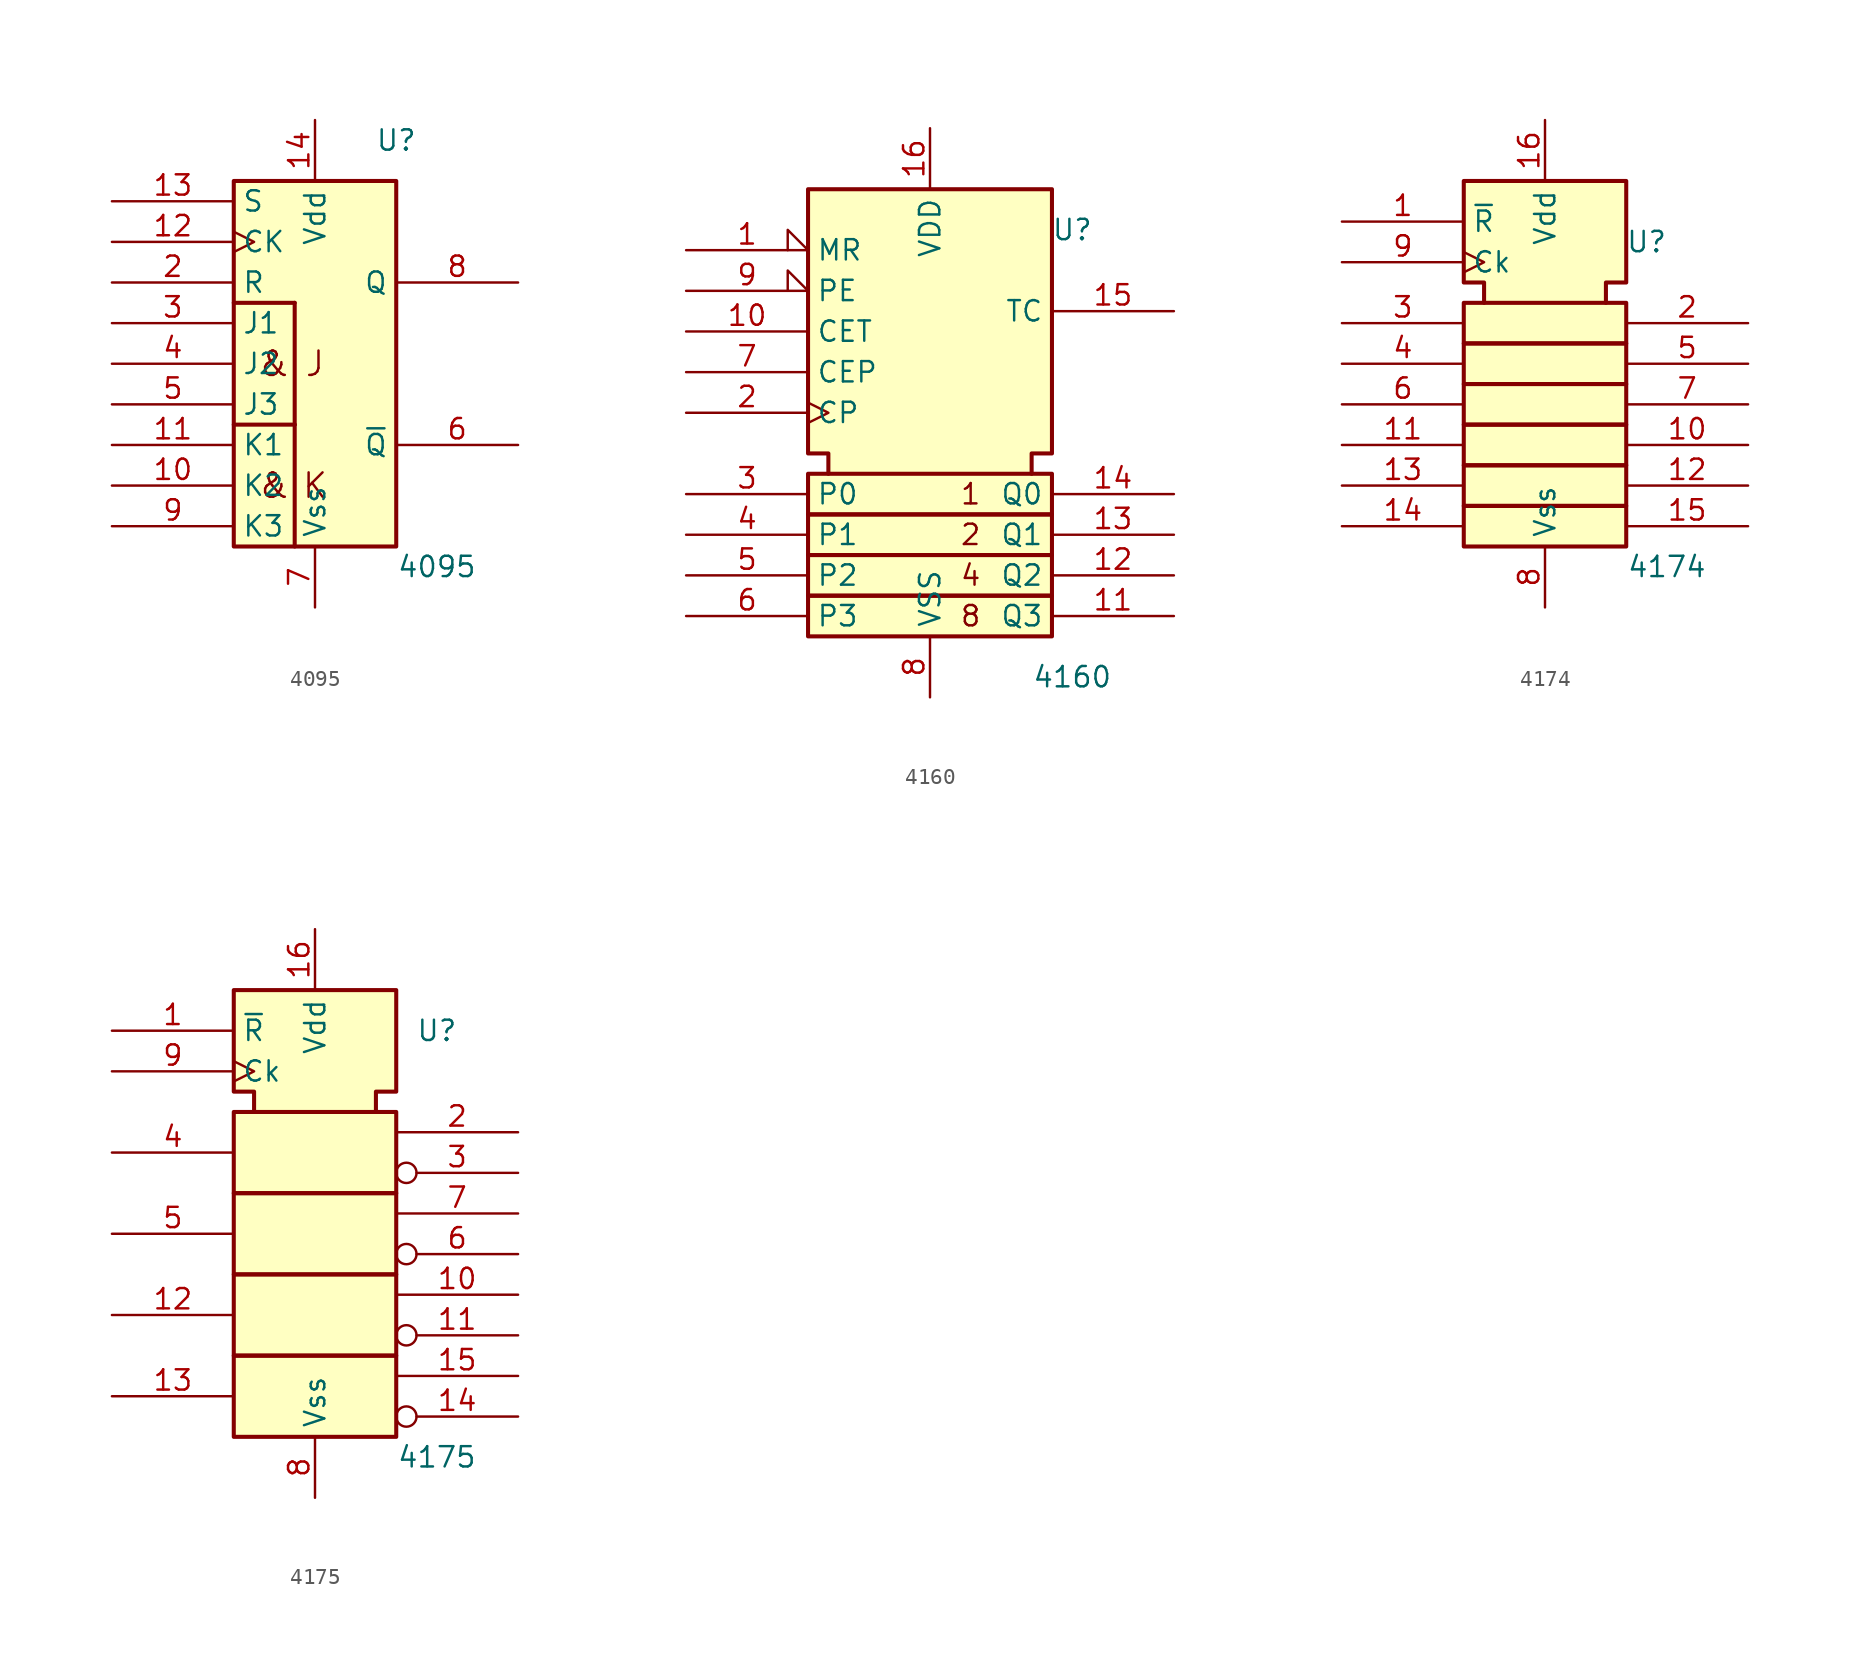
<source format=kicad_sym>
(kicad_symbol_lib
  (version 20220914)
  (generator kicad_symbol_editor)
  (symbol "4095"
    (property "Reference" "U"
      (at 5.08 13.97 0)
      (effects (font (size 1.27 1.27))))
    (property "Value" "4095"
      (at 7.62 -12.7 0)
      (effects (font (size 1.27 1.27))))
    (symbol "4095_0_0"
      (text "&" (at -2.54 -7.62 0) (effects (font (size 1.524 1.524))))
      (text "&" (at -2.54 0 0) (effects (font (size 1.524 1.524))))
      (text "J" (at 0 0 0) (effects (font (size 1.524 1.524))))
      (text "K" (at 0 -7.62 0) (effects (font (size 1.524 1.524)))))
    (symbol "4095_0_1"
      (rectangle (start -5.08 -3.81) (end -1.27 -3.81) (stroke (width 0.254) (type default)) (fill (type background)))
      (rectangle (start -5.08 3.81) (end -1.27 3.81) (stroke (width 0.254) (type default)) (fill (type background)))
      (rectangle (start -5.08 11.43) (end 5.08 -11.43) (stroke (width 0.254) (type default)) (fill (type background)))
      (rectangle (start -1.27 -3.81) (end -1.27 -11.43) (stroke (width 0.254) (type default)) (fill (type background)))
      (rectangle (start -1.27 -3.81) (end -1.27 3.81) (stroke (width 0.254) (type default)) (fill (type background))))
    (symbol "4095_1_1"
      (pin input line (at -12.7 -7.62 0) (length 7.62) (name "K2" (effects (font (size 1.27 1.27)))) (number "10" (effects (font (size 1.27 1.27)))))
      (pin input line (at -12.7 -5.08 0) (length 7.62) (name "K1" (effects (font (size 1.27 1.27)))) (number "11" (effects (font (size 1.27 1.27)))))
      (pin input clock (at -12.7 7.62 0) (length 7.62) (name "CK" (effects (font (size 1.27 1.27)))) (number "12" (effects (font (size 1.27 1.27)))))
      (pin input line (at -12.7 10.16 0) (length 7.62) (name "S" (effects (font (size 1.27 1.27)))) (number "13" (effects (font (size 1.27 1.27)))))
      (pin power_in line (at 0 15.24 270) (length 3.81) (name "Vdd" (effects (font (size 1.27 1.27)))) (number "14" (effects (font (size 1.27 1.27)))))
      (pin input line (at -12.7 5.08 0) (length 7.62) (name "R" (effects (font (size 1.27 1.27)))) (number "2" (effects (font (size 1.27 1.27)))))
      (pin input line (at -12.7 2.54 0) (length 7.62) (name "J1" (effects (font (size 1.27 1.27)))) (number "3" (effects (font (size 1.27 1.27)))))
      (pin input line (at -12.7 0 0) (length 7.62) (name "J2" (effects (font (size 1.27 1.27)))) (number "4" (effects (font (size 1.27 1.27)))))
      (pin input line (at -12.7 -2.54 0) (length 7.62) (name "J3" (effects (font (size 1.27 1.27)))) (number "5" (effects (font (size 1.27 1.27)))))
      (pin output line (at 12.7 -5.08 180) (length 7.62) (name "~{Q}" (effects (font (size 1.27 1.27)))) (number "6" (effects (font (size 1.27 1.27)))))
      (pin power_in line (at 0 -15.24 90) (length 3.81) (name "Vss" (effects (font (size 1.27 1.27)))) (number "7" (effects (font (size 1.27 1.27)))))
      (pin output line (at 12.7 5.08 180) (length 7.62) (name "Q" (effects (font (size 1.27 1.27)))) (number "8" (effects (font (size 1.27 1.27)))))
      (pin input line (at -12.7 -10.16 0) (length 7.62) (name "K3" (effects (font (size 1.27 1.27)))) (number "9" (effects (font (size 1.27 1.27)))))))
  (symbol "4160"
    (property "Reference" "U"
      (at 8.89 8.89 0)
      (effects (font (size 1.27 1.27))))
    (property "Value" "4160"
      (at 8.89 -19.05 0)
      (effects (font (size 1.27 1.27))))
    (symbol "4160_0_0"
      (rectangle (start -7.62 -13.97) (end 7.62 -16.51) (stroke (width 0.254) (type default)) (fill (type background)))
      (rectangle (start -7.62 -11.43) (end 7.62 -13.97) (stroke (width 0.254) (type default)) (fill (type background)))
      (rectangle (start -7.62 -8.89) (end 7.62 -11.43) (stroke (width 0.254) (type default)) (fill (type background)))
      (rectangle (start -7.62 -6.35) (end 7.62 -8.89) (stroke (width 0.254) (type default)) (fill (type background)))
      (polyline (pts (xy -6.35 -6.35) (xy -6.35 -5.08) (xy -7.62 -5.08) (xy -7.62 11.43) (xy 7.62 11.43) (xy 7.62 -5.08) (xy 6.35 -5.08) (xy 6.35 -6.35) (xy 6.35 -6.35)) (stroke (width 0.254) (type default)) (fill (type background)))
      (text "1" (at 2.54 -7.62 0) (effects (font (size 1.27 1.27))))
      (text "2" (at 2.54 -10.16 0) (effects (font (size 1.27 1.27))))
      (text "4" (at 2.54 -12.7 0) (effects (font (size 1.27 1.27))))
      (text "8" (at 2.54 -15.24 0) (effects (font (size 1.27 1.27)))))
    (symbol "4160_1_1"
      (pin input input_low (at -15.24 7.62 0) (length 7.62) (name "MR" (effects (font (size 1.27 1.27)))) (number "1" (effects (font (size 1.27 1.27)))))
      (pin input line (at -15.24 2.54 0) (length 7.62) (name "CET" (effects (font (size 1.27 1.27)))) (number "10" (effects (font (size 1.27 1.27)))))
      (pin output line (at 15.24 -15.24 180) (length 7.62) (name "Q3" (effects (font (size 1.27 1.27)))) (number "11" (effects (font (size 1.27 1.27)))))
      (pin output line (at 15.24 -12.7 180) (length 7.62) (name "Q2" (effects (font (size 1.27 1.27)))) (number "12" (effects (font (size 1.27 1.27)))))
      (pin output line (at 15.24 -10.16 180) (length 7.62) (name "Q1" (effects (font (size 1.27 1.27)))) (number "13" (effects (font (size 1.27 1.27)))))
      (pin output line (at 15.24 -7.62 180) (length 7.62) (name "Q0" (effects (font (size 1.27 1.27)))) (number "14" (effects (font (size 1.27 1.27)))))
      (pin output line (at 15.24 3.81 180) (length 7.62) (name "TC" (effects (font (size 1.27 1.27)))) (number "15" (effects (font (size 1.27 1.27)))))
      (pin power_in line (at 0 15.24 270) (length 3.81) (name "VDD" (effects (font (size 1.27 1.27)))) (number "16" (effects (font (size 1.27 1.27)))))
      (pin input clock (at -15.24 -2.54 0) (length 7.62) (name "CP" (effects (font (size 1.27 1.27)))) (number "2" (effects (font (size 1.27 1.27)))))
      (pin input line (at -15.24 -7.62 0) (length 7.62) (name "P0" (effects (font (size 1.27 1.27)))) (number "3" (effects (font (size 1.27 1.27)))))
      (pin input line (at -15.24 -10.16 0) (length 7.62) (name "P1" (effects (font (size 1.27 1.27)))) (number "4" (effects (font (size 1.27 1.27)))))
      (pin input line (at -15.24 -12.7 0) (length 7.62) (name "P2" (effects (font (size 1.27 1.27)))) (number "5" (effects (font (size 1.27 1.27)))))
      (pin input line (at -15.24 -15.24 0) (length 7.62) (name "P3" (effects (font (size 1.27 1.27)))) (number "6" (effects (font (size 1.27 1.27)))))
      (pin input line (at -15.24 0 0) (length 7.62) (name "CEP" (effects (font (size 1.27 1.27)))) (number "7" (effects (font (size 1.27 1.27)))))
      (pin power_in line (at 0 -20.32 90) (length 3.81) (name "VSS" (effects (font (size 1.27 1.27)))) (number "8" (effects (font (size 1.27 1.27)))))
      (pin input input_low (at -15.24 5.08 0) (length 7.62) (name "PE" (effects (font (size 1.27 1.27)))) (number "9" (effects (font (size 1.27 1.27)))))))
  (symbol "4174"
    (property "Reference" "U"
      (at 6.35 8.89 0)
      (effects (font (size 1.27 1.27))))
    (property "Value" "4174"
      (at 7.62 -11.43 0)
      (effects (font (size 1.27 1.27))))
    (symbol "4174_0_0"
      (pin input line (at -12.7 10.16 0) (length 7.62) (name "~{R}" (effects (font (size 1.27 1.27)))) (number "1" (effects (font (size 1.27 1.27)))))
      (pin power_in line (at 0 16.51 270) (length 3.81) (name "Vdd" (effects (font (size 1.27 1.27)))) (number "16" (effects (font (size 1.27 1.27)))))
      (pin power_in line (at 0 -13.97 90) (length 3.81) (name "Vss" (effects (font (size 1.27 1.27)))) (number "8" (effects (font (size 1.27 1.27)))))
      (pin input clock (at -12.7 7.62 0) (length 7.62) (name "Ck" (effects (font (size 1.27 1.27)))) (number "9" (effects (font (size 1.27 1.27))))))
    (symbol "4174_0_1"
      (rectangle (start -5.08 -7.62) (end 5.08 -10.16) (stroke (width 0.254) (type default)) (fill (type background)))
      (rectangle (start -5.08 -5.08) (end 5.08 -7.62) (stroke (width 0.254) (type default)) (fill (type background)))
      (rectangle (start -5.08 -2.54) (end 5.08 -5.08) (stroke (width 0.254) (type default)) (fill (type background)))
      (rectangle (start -5.08 0) (end 5.08 -2.54) (stroke (width 0.254) (type default)) (fill (type background)))
      (rectangle (start -5.08 2.54) (end 5.08 0) (stroke (width 0.254) (type default)) (fill (type background)))
      (rectangle (start -5.08 5.08) (end 5.08 2.54) (stroke (width 0.254) (type default)) (fill (type background)))
      (polyline (pts (xy -3.81 5.08) (xy -3.81 6.35) (xy -5.08 6.35) (xy -5.08 12.7) (xy 5.08 12.7) (xy 5.08 6.35) (xy 3.81 6.35) (xy 3.81 5.08) (xy 3.81 5.08)) (stroke (width 0.254) (type default)) (fill (type background))))
    (symbol "4174_1_0"
      (pin output line (at 12.7 -3.81 180) (length 7.62) (name "~" (effects (font (size 1.27 1.27)))) (number "10" (effects (font (size 1.27 1.27)))))
      (pin input line (at -12.7 -3.81 0) (length 7.62) (name "~" (effects (font (size 1.27 1.27)))) (number "11" (effects (font (size 1.27 1.27)))))
      (pin output line (at 12.7 -6.35 180) (length 7.62) (name "~" (effects (font (size 1.27 1.27)))) (number "12" (effects (font (size 1.27 1.27)))))
      (pin input line (at -12.7 -6.35 0) (length 7.62) (name "~" (effects (font (size 1.27 1.27)))) (number "13" (effects (font (size 1.27 1.27)))))
      (pin input line (at -12.7 -8.89 0) (length 7.62) (name "~" (effects (font (size 1.27 1.27)))) (number "14" (effects (font (size 1.27 1.27)))))
      (pin output line (at 12.7 -8.89 180) (length 7.62) (name "~" (effects (font (size 1.27 1.27)))) (number "15" (effects (font (size 1.27 1.27)))))
      (pin output line (at 12.7 3.81 180) (length 7.62) (name "~" (effects (font (size 1.27 1.27)))) (number "2" (effects (font (size 1.27 1.27)))))
      (pin input line (at -12.7 3.81 0) (length 7.62) (name "~" (effects (font (size 1.27 1.27)))) (number "3" (effects (font (size 1.27 1.27)))))
      (pin input line (at -12.7 1.27 0) (length 7.62) (name "~" (effects (font (size 1.27 1.27)))) (number "4" (effects (font (size 1.27 1.27)))))
      (pin output line (at 12.7 1.27 180) (length 7.62) (name "~" (effects (font (size 1.27 1.27)))) (number "5" (effects (font (size 1.27 1.27)))))
      (pin input line (at -12.7 -1.27 0) (length 7.62) (name "~" (effects (font (size 1.27 1.27)))) (number "6" (effects (font (size 1.27 1.27)))))
      (pin output line (at 12.7 -1.27 180) (length 7.62) (name "~" (effects (font (size 1.27 1.27)))) (number "7" (effects (font (size 1.27 1.27)))))))
  (symbol "4175"
    (property "Reference" "U"
      (at 7.62 11.43 0)
      (effects (font (size 1.27 1.27))))
    (property "Value" "4175"
      (at 7.62 -15.24 0)
      (effects (font (size 1.27 1.27))))
    (symbol "4175_0_1"
      (rectangle (start -5.08 -8.89) (end 5.08 -13.97) (stroke (width 0.254) (type default)) (fill (type background)))
      (rectangle (start -5.08 1.27) (end 5.08 -3.81) (stroke (width 0.254) (type default)) (fill (type background)))
      (polyline (pts (xy -3.81 6.35) (xy -3.81 7.62) (xy -5.08 7.62) (xy -5.08 13.97) (xy 5.08 13.97) (xy 5.08 7.62) (xy 3.81 7.62) (xy 3.81 6.35) (xy 3.81 6.35)) (stroke (width 0.254) (type default)) (fill (type background)))
      (rectangle (start 5.08 -3.81) (end -5.08 -8.89) (stroke (width 0.254) (type default)) (fill (type background)))
      (rectangle (start 5.08 6.35) (end -5.08 1.27) (stroke (width 0.254) (type default)) (fill (type background))))
    (symbol "4175_1_0"
      (pin input line (at -12.7 11.43 0) (length 7.62) (name "~{R}" (effects (font (size 1.27 1.27)))) (number "1" (effects (font (size 1.27 1.27)))))
      (pin output line (at 12.7 -5.08 180) (length 7.62) (name "~" (effects (font (size 1.27 1.27)))) (number "10" (effects (font (size 1.27 1.27)))))
      (pin output inverted (at 12.7 -7.62 180) (length 7.62) (name "~" (effects (font (size 1.27 1.27)))) (number "11" (effects (font (size 1.27 1.27)))))
      (pin input line (at -12.7 -6.35 0) (length 7.62) (name "~" (effects (font (size 1.27 1.27)))) (number "12" (effects (font (size 1.27 1.27)))))
      (pin input line (at -12.7 -11.43 0) (length 7.62) (name "~" (effects (font (size 1.27 1.27)))) (number "13" (effects (font (size 1.27 1.27)))))
      (pin output inverted (at 12.7 -12.7 180) (length 7.62) (name "~" (effects (font (size 1.27 1.27)))) (number "14" (effects (font (size 1.27 1.27)))))
      (pin output line (at 12.7 -10.16 180) (length 7.62) (name "~" (effects (font (size 1.27 1.27)))) (number "15" (effects (font (size 1.27 1.27)))))
      (pin power_in line (at 0 17.78 270) (length 3.81) (name "Vdd" (effects (font (size 1.27 1.27)))) (number "16" (effects (font (size 1.27 1.27)))))
      (pin output line (at 12.7 5.08 180) (length 7.62) (name "~" (effects (font (size 1.27 1.27)))) (number "2" (effects (font (size 1.27 1.27)))))
      (pin output inverted (at 12.7 2.54 180) (length 7.62) (name "~" (effects (font (size 1.27 1.27)))) (number "3" (effects (font (size 1.27 1.27)))))
      (pin input line (at -12.7 3.81 0) (length 7.62) (name "~" (effects (font (size 1.27 1.27)))) (number "4" (effects (font (size 1.27 1.27)))))
      (pin input line (at -12.7 -1.27 0) (length 7.62) (name "~" (effects (font (size 1.27 1.27)))) (number "5" (effects (font (size 1.27 1.27)))))
      (pin output inverted (at 12.7 -2.54 180) (length 7.62) (name "~" (effects (font (size 1.27 1.27)))) (number "6" (effects (font (size 1.27 1.27)))))
      (pin output line (at 12.7 0 180) (length 7.62) (name "~" (effects (font (size 1.27 1.27)))) (number "7" (effects (font (size 1.27 1.27)))))
      (pin power_in line (at 0 -17.78 90) (length 3.81) (name "Vss" (effects (font (size 1.27 1.27)))) (number "8" (effects (font (size 1.27 1.27)))))
      (pin input clock (at -12.7 8.89 0) (length 7.62) (name "Ck" (effects (font (size 1.27 1.27)))) (number "9" (effects (font (size 1.27 1.27))))))))
</source>
